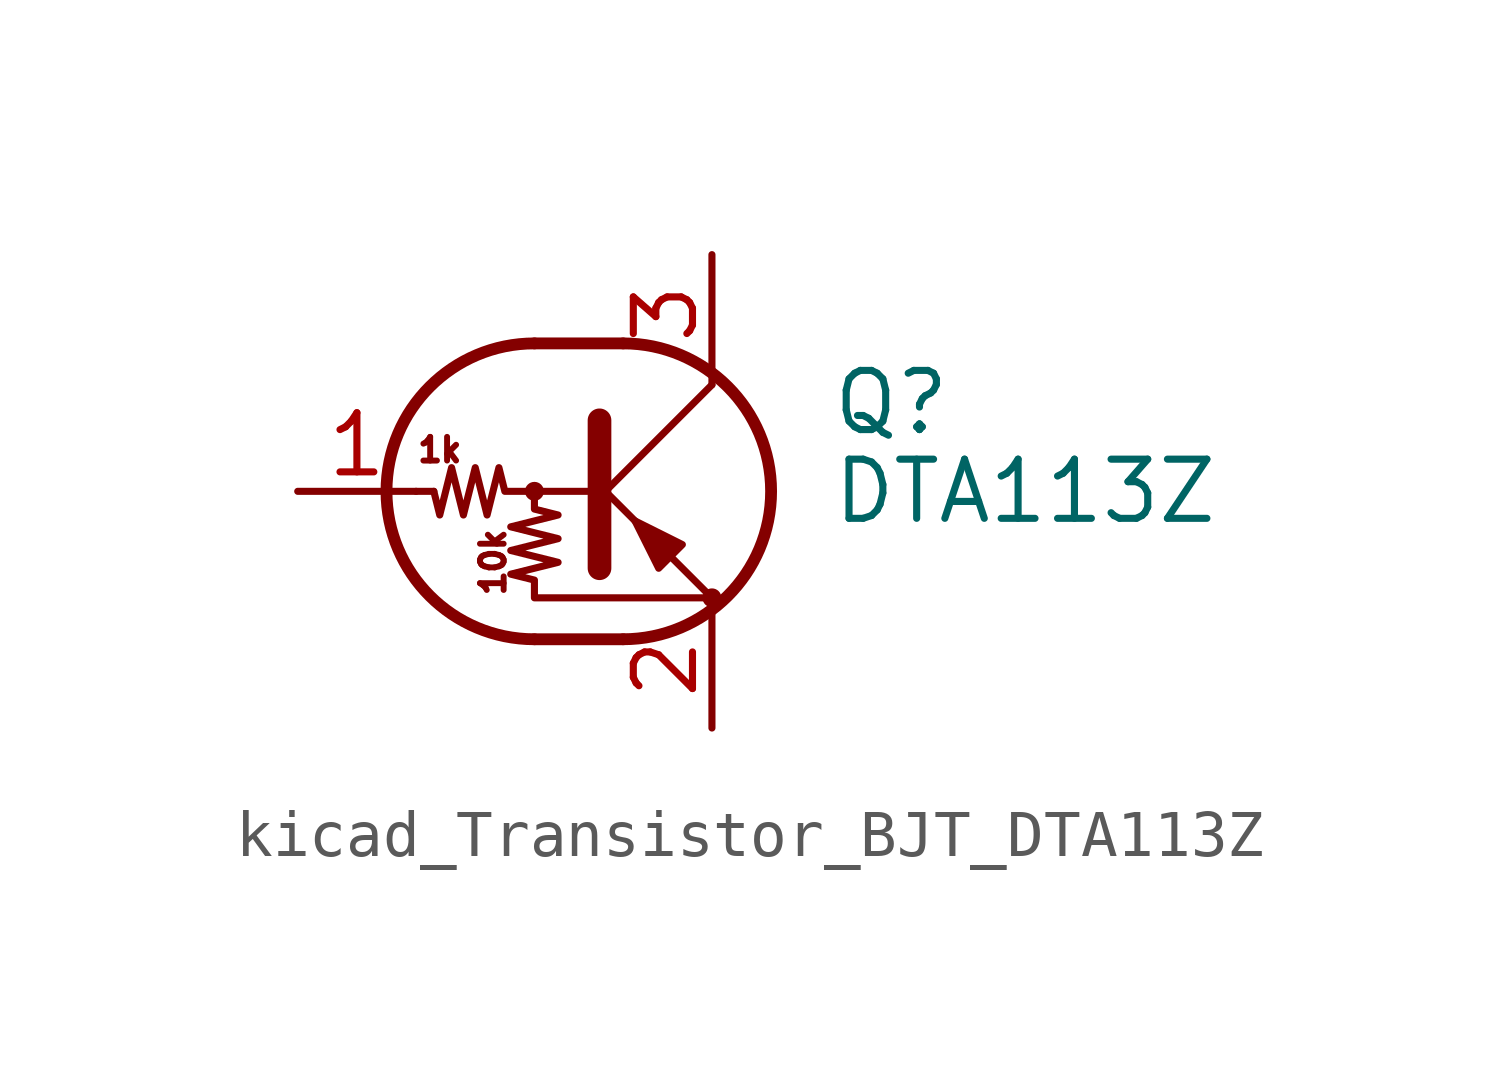
<source format=kicad_sym>
(kicad_symbol_lib
  (version 20220914)
  (generator kicad_symbol_editor)
  (symbol "kicad_Transistor_BJT_DTA113Z"
    (pin_names
      (offset 0) hide)
    (property "Reference" "Q"
      (at 5.08 1.905 0)
      (effects (font (size 1.27 1.27)) (justify left)))
    (property "Value" "DTA113Z"
      (at 5.08 0 0)
      (effects (font (size 1.27 1.27)) (justify left)))
    (symbol "kicad_Transistor_BJT_DTA113Z_0_0"
      (text "10k" (at -2.159 -1.524 900) (effects (font (size 0.508 0.508))))
      (text "1k" (at -3.302 0.889 0) (effects (font (size 0.508 0.508)))))
    (symbol "kicad_Transistor_BJT_DTA113Z_0_1"
      (circle (center -1.27 0) (radius 0.127) (stroke (width 0) (type default)) (fill (type none)))
      (arc (start -1.27 3.175) (mid -4.4312 0) (end -1.27 -3.175) (stroke (width 0.254) (type default)) (fill (type none)))
      (polyline (pts (xy -3.429 0) (xy -3.81 0)) (stroke (width 0) (type default)) (fill (type none)))
      (polyline (pts (xy -1.27 -3.175) (xy 0.635 -3.175)) (stroke (width 0.254) (type default)) (fill (type none)))
      (polyline (pts (xy -1.27 3.175) (xy 0.635 3.175)) (stroke (width 0.254) (type default)) (fill (type none)))
      (polyline (pts (xy 0 -0.254) (xy 2.54 2.286)) (stroke (width 0) (type default)) (fill (type none)))
      (polyline (pts (xy 0.127 1.524) (xy 0.127 -1.651)) (stroke (width 0.508) (type default)) (fill (type outline)))
      (polyline (pts (xy 2.54 2.286) (xy 2.54 2.54)) (stroke (width 0) (type default)) (fill (type none)))
      (polyline (pts (xy 2.54 -2.286) (xy 0 0.254) (xy 0 0.254)) (stroke (width 0) (type default)) (fill (type none)))
      (polyline (pts (xy 1.397 -1.651) (xy 1.905 -1.143) (xy 0.889 -0.635) (xy 1.397 -1.651)) (stroke (width 0) (type default)) (fill (type outline)))
      (polyline (pts (xy 0 0) (xy -1.905 0) (xy -2.032 0.508) (xy -2.286 -0.508) (xy -2.54 0.508) (xy -2.794 -0.508) (xy -3.048 0.508) (xy -3.302 -0.508) (xy -3.429 0)) (stroke (width 0) (type default)) (fill (type none)))
      (polyline (pts (xy -1.27 0) (xy -1.27 -0.381) (xy -0.762 -0.508) (xy -1.778 -0.762) (xy -0.762 -1.016) (xy -1.778 -1.27) (xy -0.762 -1.524) (xy -1.778 -1.778) (xy -1.27 -1.905) (xy -1.27 -2.286) (xy 2.54 -2.286)) (stroke (width 0) (type default)) (fill (type none)))
      (arc (start 0.635 -3.175) (mid 3.7962 0) (end 0.635 3.175) (stroke (width 0.254) (type default)) (fill (type none)))
      (circle (center 2.54 -2.286) (radius 0.127) (stroke (width 0) (type default)) (fill (type none))))
    (symbol "kicad_Transistor_BJT_DTA113Z_1_1"
      (pin input line (at -6.35 0 0) (length 2.54) (name "B" (effects (font (size 1.27 1.27)))) (number "1" (effects (font (size 1.27 1.27)))))
      (pin passive line (at 2.54 -5.08 90) (length 2.54) (name "E" (effects (font (size 1.27 1.27)))) (number "2" (effects (font (size 1.27 1.27)))))
      (pin passive line (at 2.54 5.08 270) (length 2.54) (name "C" (effects (font (size 1.27 1.27)))) (number "3" (effects (font (size 1.27 1.27))))))))
</source>
